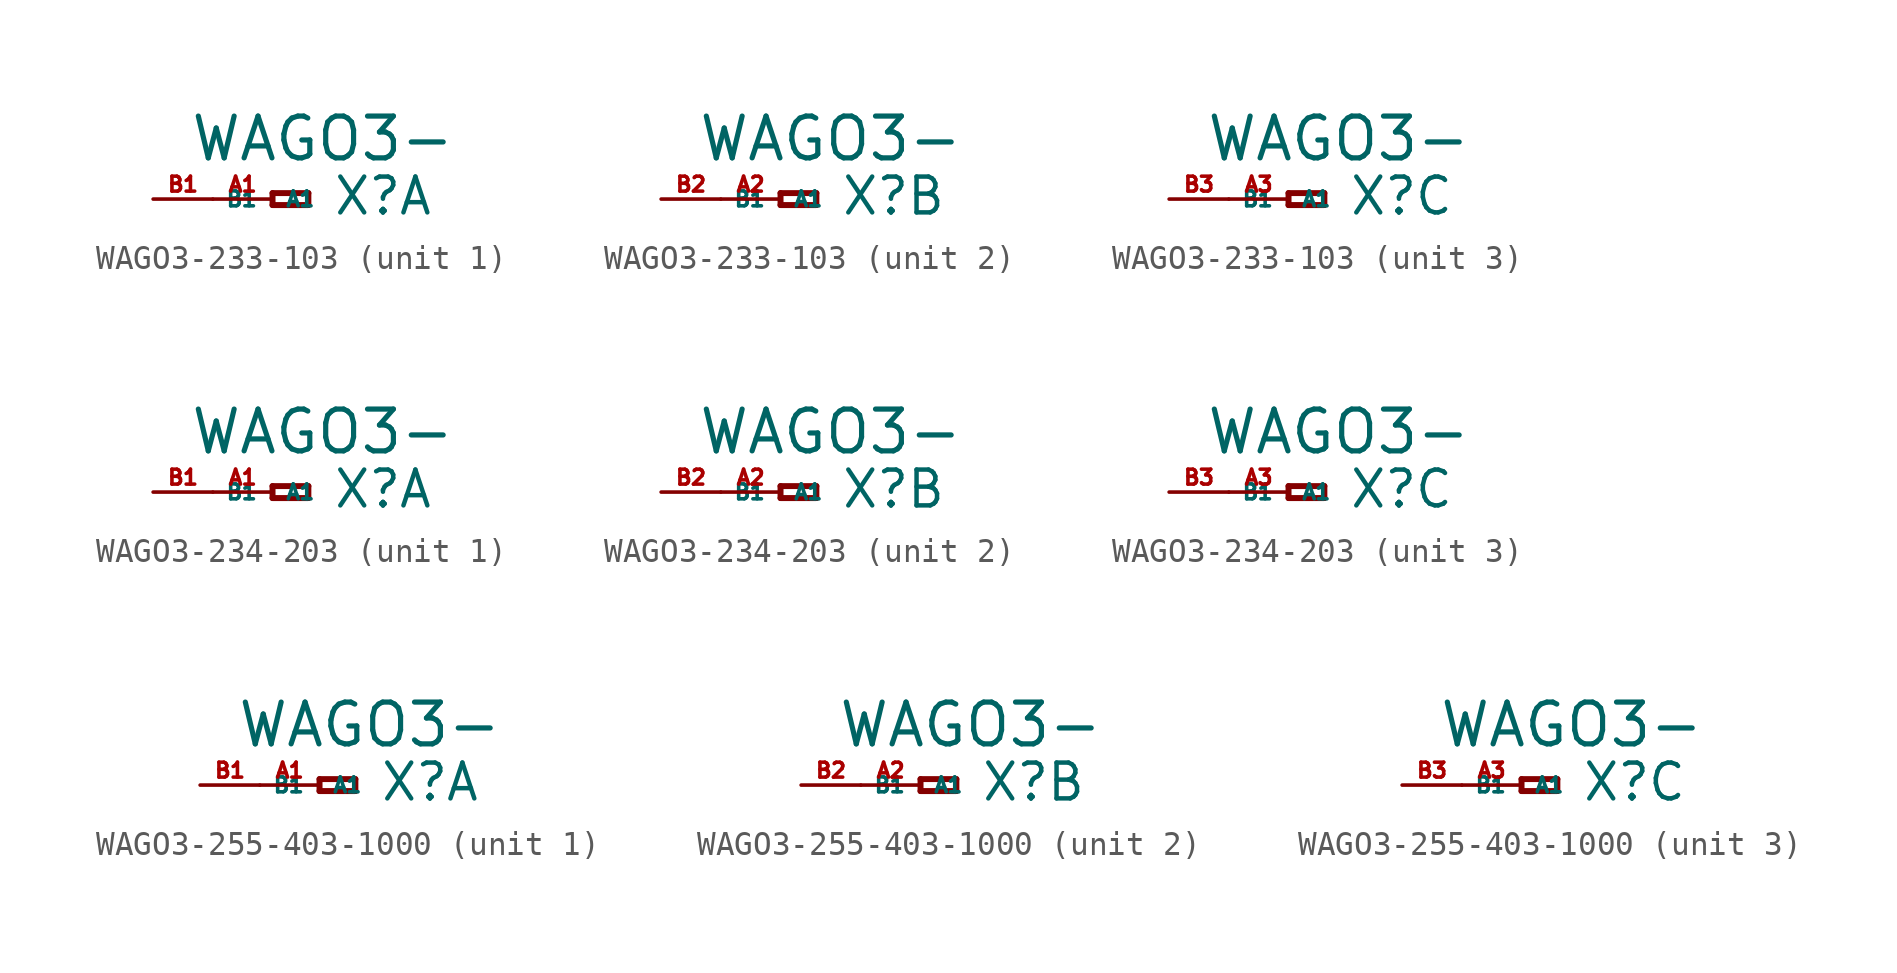
<source format=kicad_sym>
(kicad_symbol_lib
  (version 20220914)
  (generator Eagle2Kicad)
  (symbol "WAGO3-233-103"
    (property "Reference" "X"
      (at 2.54 -0.762 0)
      (effects (font (size 1.524 1.524) (thickness 0.19)) (justify left bottom)))
    (property "Value" "WAGO3-"
      (at -3.556 1.524 0)
      (effects (font (size 1.778 1.778) (thickness 0.22)) (justify left bottom)))
    (symbol "WAGO3-233-103_1_0"
      (polyline (pts (xy 0 0.254) (xy 0 -0.254)) (stroke (width 0.254) (type default)) (fill (type none)))
      (polyline (pts (xy 0 -0.254) (xy 1.524 -0.254)) (stroke (width 0.254) (type default)) (fill (type none)))
      (polyline (pts (xy 1.524 -0.254) (xy 1.524 0.254)) (stroke (width 0.254) (type default)) (fill (type none)))
      (polyline (pts (xy 1.524 0.254) (xy 0 0.254)) (stroke (width 0.254) (type default)) (fill (type none)))
      (pin passive line (at -2.54 0 0) (length 2.54) (name "A1" (effects (font (size 0.635 0.635) (thickness 0.08)) (justify left bottom))) (number "A1" (effects (font (size 0.635 0.635) (thickness 0.08)) (justify left bottom))))
      (pin passive line (at -5.08 0 0) (length 2.54) (name "B1" (effects (font (size 0.635 0.635) (thickness 0.08)) (justify left bottom))) (number "B1" (effects (font (size 0.635 0.635) (thickness 0.08)) (justify left bottom)))))
    (symbol "WAGO3-233-103_2_0"
      (polyline (pts (xy 0 0.254) (xy 0 -0.254)) (stroke (width 0.254) (type default)) (fill (type none)))
      (polyline (pts (xy 0 -0.254) (xy 1.524 -0.254)) (stroke (width 0.254) (type default)) (fill (type none)))
      (polyline (pts (xy 1.524 -0.254) (xy 1.524 0.254)) (stroke (width 0.254) (type default)) (fill (type none)))
      (polyline (pts (xy 1.524 0.254) (xy 0 0.254)) (stroke (width 0.254) (type default)) (fill (type none)))
      (pin passive line (at -2.54 0 0) (length 2.54) (name "A1" (effects (font (size 0.635 0.635) (thickness 0.08)) (justify left bottom))) (number "A2" (effects (font (size 0.635 0.635) (thickness 0.08)) (justify left bottom))))
      (pin passive line (at -5.08 0 0) (length 2.54) (name "B1" (effects (font (size 0.635 0.635) (thickness 0.08)) (justify left bottom))) (number "B2" (effects (font (size 0.635 0.635) (thickness 0.08)) (justify left bottom)))))
    (symbol "WAGO3-233-103_3_0"
      (polyline (pts (xy 0 0.254) (xy 0 -0.254)) (stroke (width 0.254) (type default)) (fill (type none)))
      (polyline (pts (xy 0 -0.254) (xy 1.524 -0.254)) (stroke (width 0.254) (type default)) (fill (type none)))
      (polyline (pts (xy 1.524 -0.254) (xy 1.524 0.254)) (stroke (width 0.254) (type default)) (fill (type none)))
      (polyline (pts (xy 1.524 0.254) (xy 0 0.254)) (stroke (width 0.254) (type default)) (fill (type none)))
      (pin passive line (at -2.54 0 0) (length 2.54) (name "A1" (effects (font (size 0.635 0.635) (thickness 0.08)) (justify left bottom))) (number "A3" (effects (font (size 0.635 0.635) (thickness 0.08)) (justify left bottom))))
      (pin passive line (at -5.08 0 0) (length 2.54) (name "B1" (effects (font (size 0.635 0.635) (thickness 0.08)) (justify left bottom))) (number "B3" (effects (font (size 0.635 0.635) (thickness 0.08)) (justify left bottom))))))
  (symbol "WAGO3-234-203"
    (property "Reference" "X"
      (at 2.54 -0.762 0)
      (effects (font (size 1.524 1.524) (thickness 0.19)) (justify left bottom)))
    (property "Value" "WAGO3-"
      (at -3.556 1.524 0)
      (effects (font (size 1.778 1.778) (thickness 0.22)) (justify left bottom)))
    (symbol "WAGO3-234-203_1_0"
      (polyline (pts (xy 0 0.254) (xy 0 -0.254)) (stroke (width 0.254) (type default)) (fill (type none)))
      (polyline (pts (xy 0 -0.254) (xy 1.524 -0.254)) (stroke (width 0.254) (type default)) (fill (type none)))
      (polyline (pts (xy 1.524 -0.254) (xy 1.524 0.254)) (stroke (width 0.254) (type default)) (fill (type none)))
      (polyline (pts (xy 1.524 0.254) (xy 0 0.254)) (stroke (width 0.254) (type default)) (fill (type none)))
      (pin passive line (at -2.54 0 0) (length 2.54) (name "A1" (effects (font (size 0.635 0.635) (thickness 0.08)) (justify left bottom))) (number "A1" (effects (font (size 0.635 0.635) (thickness 0.08)) (justify left bottom))))
      (pin passive line (at -5.08 0 0) (length 2.54) (name "B1" (effects (font (size 0.635 0.635) (thickness 0.08)) (justify left bottom))) (number "B1" (effects (font (size 0.635 0.635) (thickness 0.08)) (justify left bottom)))))
    (symbol "WAGO3-234-203_2_0"
      (polyline (pts (xy 0 0.254) (xy 0 -0.254)) (stroke (width 0.254) (type default)) (fill (type none)))
      (polyline (pts (xy 0 -0.254) (xy 1.524 -0.254)) (stroke (width 0.254) (type default)) (fill (type none)))
      (polyline (pts (xy 1.524 -0.254) (xy 1.524 0.254)) (stroke (width 0.254) (type default)) (fill (type none)))
      (polyline (pts (xy 1.524 0.254) (xy 0 0.254)) (stroke (width 0.254) (type default)) (fill (type none)))
      (pin passive line (at -2.54 0 0) (length 2.54) (name "A1" (effects (font (size 0.635 0.635) (thickness 0.08)) (justify left bottom))) (number "A2" (effects (font (size 0.635 0.635) (thickness 0.08)) (justify left bottom))))
      (pin passive line (at -5.08 0 0) (length 2.54) (name "B1" (effects (font (size 0.635 0.635) (thickness 0.08)) (justify left bottom))) (number "B2" (effects (font (size 0.635 0.635) (thickness 0.08)) (justify left bottom)))))
    (symbol "WAGO3-234-203_3_0"
      (polyline (pts (xy 0 0.254) (xy 0 -0.254)) (stroke (width 0.254) (type default)) (fill (type none)))
      (polyline (pts (xy 0 -0.254) (xy 1.524 -0.254)) (stroke (width 0.254) (type default)) (fill (type none)))
      (polyline (pts (xy 1.524 -0.254) (xy 1.524 0.254)) (stroke (width 0.254) (type default)) (fill (type none)))
      (polyline (pts (xy 1.524 0.254) (xy 0 0.254)) (stroke (width 0.254) (type default)) (fill (type none)))
      (pin passive line (at -2.54 0 0) (length 2.54) (name "A1" (effects (font (size 0.635 0.635) (thickness 0.08)) (justify left bottom))) (number "A3" (effects (font (size 0.635 0.635) (thickness 0.08)) (justify left bottom))))
      (pin passive line (at -5.08 0 0) (length 2.54) (name "B1" (effects (font (size 0.635 0.635) (thickness 0.08)) (justify left bottom))) (number "B3" (effects (font (size 0.635 0.635) (thickness 0.08)) (justify left bottom))))))
  (symbol "WAGO3-255-403-1000"
    (property "Reference" "X"
      (at 2.54 -0.762 0)
      (effects (font (size 1.524 1.524) (thickness 0.19)) (justify left bottom)))
    (property "Value" "WAGO3-"
      (at -3.556 1.524 0)
      (effects (font (size 1.778 1.778) (thickness 0.22)) (justify left bottom)))
    (symbol "WAGO3-255-403-1000_1_0"
      (polyline (pts (xy 0 0.254) (xy 0 -0.254)) (stroke (width 0.254) (type default)) (fill (type none)))
      (polyline (pts (xy 0 -0.254) (xy 1.524 -0.254)) (stroke (width 0.254) (type default)) (fill (type none)))
      (polyline (pts (xy 1.524 -0.254) (xy 1.524 0.254)) (stroke (width 0.254) (type default)) (fill (type none)))
      (polyline (pts (xy 1.524 0.254) (xy 0 0.254)) (stroke (width 0.254) (type default)) (fill (type none)))
      (pin passive line (at -2.54 0 0) (length 2.54) (name "A1" (effects (font (size 0.635 0.635) (thickness 0.08)) (justify left bottom))) (number "A1" (effects (font (size 0.635 0.635) (thickness 0.08)) (justify left bottom))))
      (pin passive line (at -5.08 0 0) (length 2.54) (name "B1" (effects (font (size 0.635 0.635) (thickness 0.08)) (justify left bottom))) (number "B1" (effects (font (size 0.635 0.635) (thickness 0.08)) (justify left bottom)))))
    (symbol "WAGO3-255-403-1000_2_0"
      (polyline (pts (xy 0 0.254) (xy 0 -0.254)) (stroke (width 0.254) (type default)) (fill (type none)))
      (polyline (pts (xy 0 -0.254) (xy 1.524 -0.254)) (stroke (width 0.254) (type default)) (fill (type none)))
      (polyline (pts (xy 1.524 -0.254) (xy 1.524 0.254)) (stroke (width 0.254) (type default)) (fill (type none)))
      (polyline (pts (xy 1.524 0.254) (xy 0 0.254)) (stroke (width 0.254) (type default)) (fill (type none)))
      (pin passive line (at -2.54 0 0) (length 2.54) (name "A1" (effects (font (size 0.635 0.635) (thickness 0.08)) (justify left bottom))) (number "A2" (effects (font (size 0.635 0.635) (thickness 0.08)) (justify left bottom))))
      (pin passive line (at -5.08 0 0) (length 2.54) (name "B1" (effects (font (size 0.635 0.635) (thickness 0.08)) (justify left bottom))) (number "B2" (effects (font (size 0.635 0.635) (thickness 0.08)) (justify left bottom)))))
    (symbol "WAGO3-255-403-1000_3_0"
      (polyline (pts (xy 0 0.254) (xy 0 -0.254)) (stroke (width 0.254) (type default)) (fill (type none)))
      (polyline (pts (xy 0 -0.254) (xy 1.524 -0.254)) (stroke (width 0.254) (type default)) (fill (type none)))
      (polyline (pts (xy 1.524 -0.254) (xy 1.524 0.254)) (stroke (width 0.254) (type default)) (fill (type none)))
      (polyline (pts (xy 1.524 0.254) (xy 0 0.254)) (stroke (width 0.254) (type default)) (fill (type none)))
      (pin passive line (at -2.54 0 0) (length 2.54) (name "A1" (effects (font (size 0.635 0.635) (thickness 0.08)) (justify left bottom))) (number "A3" (effects (font (size 0.635 0.635) (thickness 0.08)) (justify left bottom))))
      (pin passive line (at -5.08 0 0) (length 2.54) (name "B1" (effects (font (size 0.635 0.635) (thickness 0.08)) (justify left bottom))) (number "B3" (effects (font (size 0.635 0.635) (thickness 0.08)) (justify left bottom)))))))
</source>
